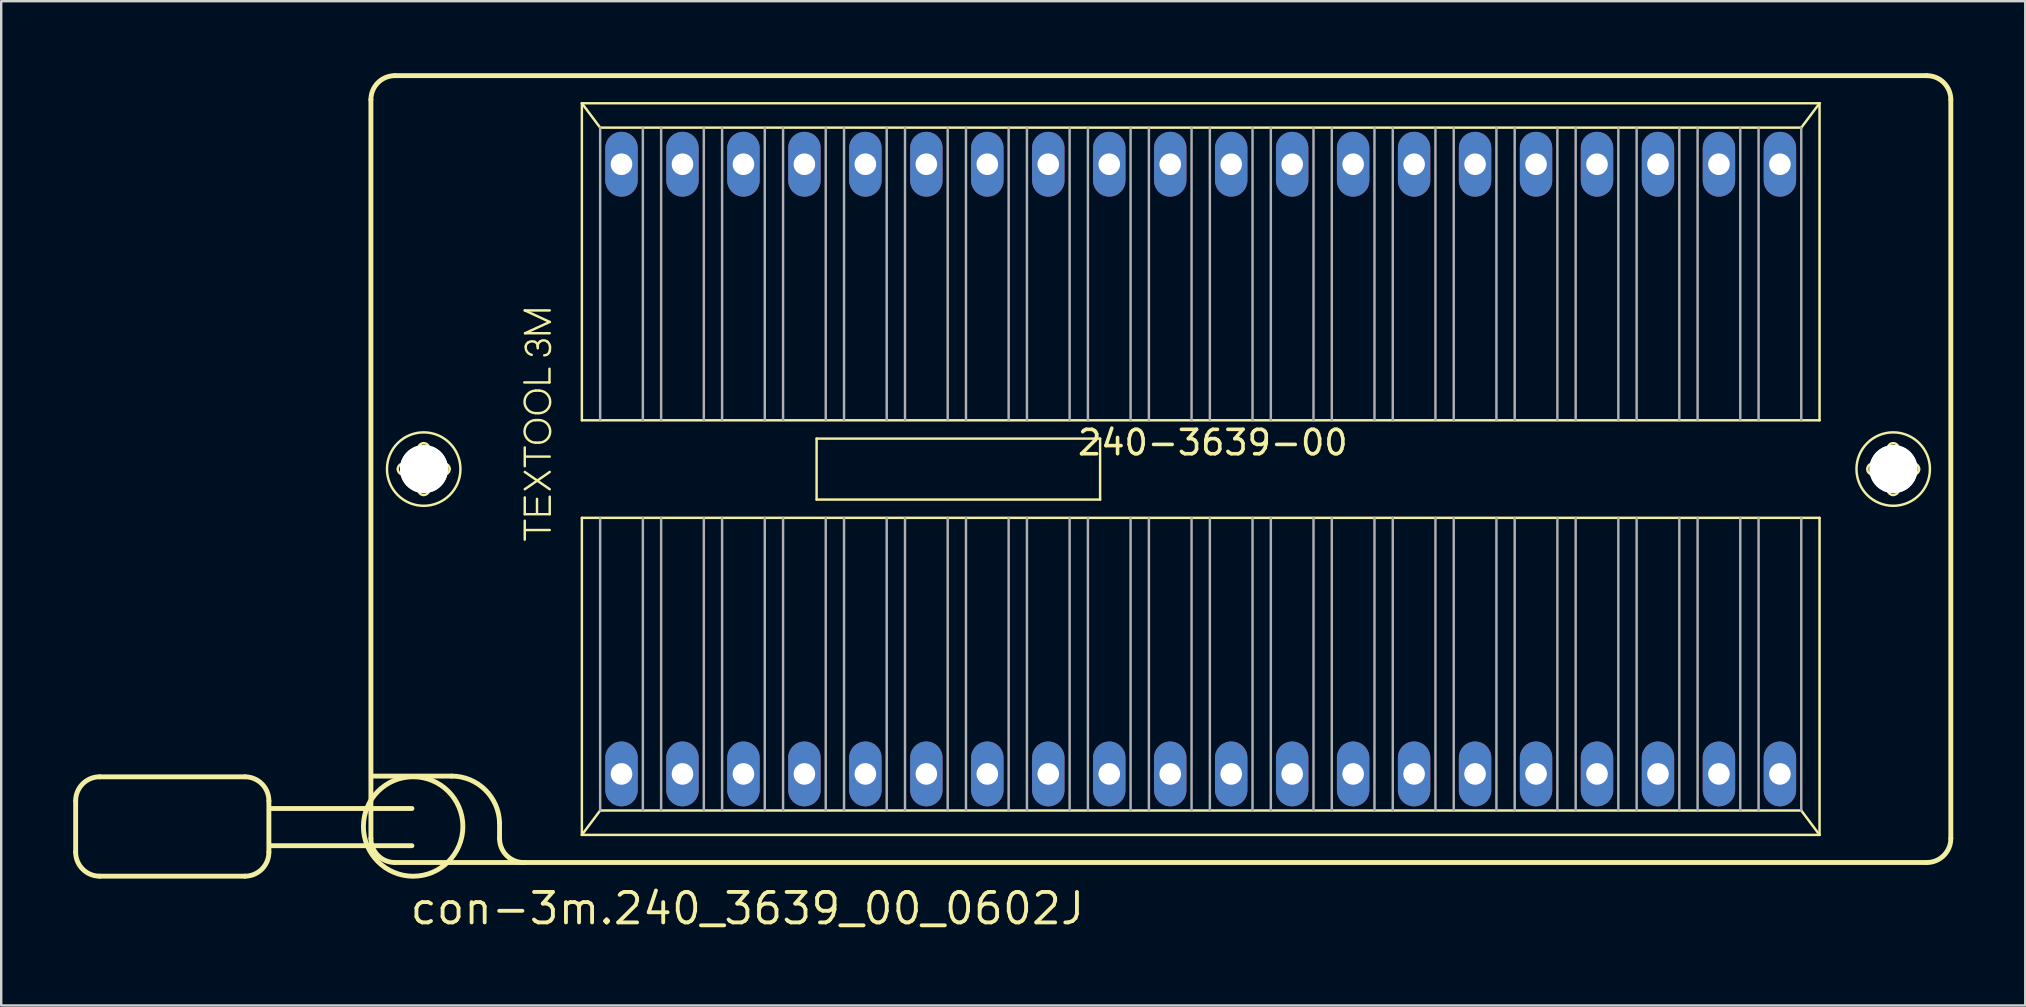
<source format=kicad_pcb>
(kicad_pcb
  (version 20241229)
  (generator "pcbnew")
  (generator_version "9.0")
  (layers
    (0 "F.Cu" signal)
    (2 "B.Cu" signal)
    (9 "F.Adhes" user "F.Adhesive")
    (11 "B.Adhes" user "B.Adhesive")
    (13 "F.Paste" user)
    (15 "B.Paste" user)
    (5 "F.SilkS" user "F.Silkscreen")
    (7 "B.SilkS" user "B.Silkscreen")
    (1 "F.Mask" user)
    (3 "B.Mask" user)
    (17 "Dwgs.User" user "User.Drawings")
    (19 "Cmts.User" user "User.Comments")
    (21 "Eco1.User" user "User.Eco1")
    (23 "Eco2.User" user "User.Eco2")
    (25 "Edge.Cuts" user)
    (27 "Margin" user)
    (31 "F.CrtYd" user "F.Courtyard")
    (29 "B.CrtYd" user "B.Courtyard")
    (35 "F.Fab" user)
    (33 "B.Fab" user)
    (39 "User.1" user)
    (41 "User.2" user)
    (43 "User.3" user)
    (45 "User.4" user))
  (footprint "con-3m.240_3639_00_0602J"
    (layer "F.Cu")
    (at 46.972 16.492)
    (property "Reference" "con-3m.240_3639_00_0602J" (at -33.02 19.05 0) (layer "F.SilkS") (effects (font (size 1.27 1.27) (thickness 0.16)) (justify left bottom)))
    (attr through_hole)
    (fp_line (start -46.87 13.82) (end -46.87 15.96) (stroke (width 0.203) (type default)) (layer "F.SilkS"))
    (fp_line (start -45.87 12.82) (end -39.82 12.82) (stroke (width 0.203) (type default)) (layer "F.SilkS"))
    (fp_line (start -39.82 16.96) (end -45.87 16.96) (stroke (width 0.203) (type default)) (layer "F.SilkS"))
    (fp_line (start -38.82 13.82) (end -38.82 15.96) (stroke (width 0.203) (type default)) (layer "F.SilkS"))
    (fp_line (start -34.57 15.39) (end -34.57 -15.39) (stroke (width 0.203) (type default)) (layer "F.SilkS"))
    (fp_line (start -34.46 12.79) (end -31.21 12.79) (stroke (width 0.203) (type default)) (layer "F.SilkS"))
    (fp_line (start -33.57 -16.39) (end 30.25 -16.39) (stroke (width 0.203) (type default)) (layer "F.SilkS"))
    (fp_line (start -33.22 -0.23) (end -32.67 -0.23) (stroke (width 0.102) (type default)) (layer "F.SilkS"))
    (fp_line (start -32.86 14.14) (end -38.77 14.14) (stroke (width 0.203) (type default)) (layer "F.SilkS"))
    (fp_line (start -32.86 15.69) (end -38.77 15.69) (stroke (width 0.203) (type default)) (layer "F.SilkS"))
    (fp_line (start -32.68 0.23) (end -33.22 0.23) (stroke (width 0.102) (type default)) (layer "F.SilkS"))
    (fp_line (start -32.6 -0.31) (end -32.6 -0.85) (stroke (width 0.102) (type default)) (layer "F.SilkS"))
    (fp_line (start -32.6 0.85) (end -32.6 0.3) (stroke (width 0.102) (type default)) (layer "F.SilkS"))
    (fp_line (start -32.14 -0.85) (end -32.14 -0.3) (stroke (width 0.102) (type default)) (layer "F.SilkS"))
    (fp_line (start -32.14 0.31) (end -32.14 0.85) (stroke (width 0.102) (type default)) (layer "F.SilkS"))
    (fp_line (start -32.06 -0.23) (end -31.52 -0.23) (stroke (width 0.102) (type default)) (layer "F.SilkS"))
    (fp_line (start -31.52 0.23) (end -32.07 0.23) (stroke (width 0.102) (type default)) (layer "F.SilkS"))
    (fp_line (start -29.21 14.74) (end -29.21 15.39) (stroke (width 0.203) (type default)) (layer "F.SilkS"))
    (fp_line (start -28.18 -3.61) (end -27.13 -3.61) (stroke (width 0.102) (type default)) (layer "F.SilkS"))
    (fp_line (start -28.16 -6.61) (end -27.12 -6.61) (stroke (width 0.102) (type default)) (layer "F.SilkS"))
    (fp_line (start -28.16 -0.12) (end -28.16 -0.9) (stroke (width 0.102) (type default)) (layer "F.SilkS"))
    (fp_line (start -28.16 0.12) (end -27.12 0.84) (stroke (width 0.102) (type default)) (layer "F.SilkS"))
    (fp_line (start -28.16 0.84) (end -27.12 0.12) (stroke (width 0.102) (type default)) (layer "F.SilkS"))
    (fp_line (start -28.16 1.18) (end -28.16 1.88) (stroke (width 0.102) (type default)) (layer "F.SilkS"))
    (fp_line (start -28.16 1.88) (end -27.12 1.88) (stroke (width 0.102) (type default)) (layer "F.SilkS"))
    (fp_line (start -28.16 2.94) (end -28.16 2.15) (stroke (width 0.102) (type default)) (layer "F.SilkS"))
    (fp_line (start -28.15 -5.66) (end -27.12 -6.13) (stroke (width 0.102) (type default)) (layer "F.SilkS"))
    (fp_line (start -28.15 2.54) (end -27.12 2.54) (stroke (width 0.102) (type default)) (layer "F.SilkS"))
    (fp_line (start -28.14 -0.52) (end -27.12 -0.52) (stroke (width 0.102) (type default)) (layer "F.SilkS"))
    (fp_line (start -27.7 -3.27) (end -27.57 -3.27) (stroke (width 0.102) (type default)) (layer "F.SilkS"))
    (fp_line (start -27.7 -2.33) (end -27.57 -2.33) (stroke (width 0.102) (type default)) (layer "F.SilkS"))
    (fp_line (start -27.7 -2.04) (end -27.57 -2.04) (stroke (width 0.102) (type default)) (layer "F.SilkS"))
    (fp_line (start -27.7 -1.1) (end -27.57 -1.1) (stroke (width 0.102) (type default)) (layer "F.SilkS"))
    (fp_line (start -27.65 1.24) (end -27.65 1.84) (stroke (width 0.102) (type default)) (layer "F.SilkS"))
    (fp_line (start -27.62 -5.03) (end -27.62 -5.12) (stroke (width 0.102) (type default)) (layer "F.SilkS"))
    (fp_line (start -27.13 -3.61) (end -27.13 -4.18) (stroke (width 0.102) (type default)) (layer "F.SilkS"))
    (fp_line (start -27.12 -6.13) (end -28.16 -6.61) (stroke (width 0.102) (type default)) (layer "F.SilkS"))
    (fp_line (start -27.12 -5.66) (end -28.15 -5.66) (stroke (width 0.102) (type default)) (layer "F.SilkS"))
    (fp_line (start -27.12 1.88) (end -27.12 1.15) (stroke (width 0.102) (type default)) (layer "F.SilkS"))
    (fp_line (start -25.781 -15.24) (end 25.781 -15.24) (stroke (width 0.102) (type default)) (layer "F.SilkS"))
    (fp_line (start -25.781 -2.032) (end -25.781 -15.24) (stroke (width 0.102) (type default)) (layer "F.SilkS"))
    (fp_line (start -25.781 2.032) (end 25.781 2.032) (stroke (width 0.102) (type default)) (layer "F.SilkS"))
    (fp_line (start -25.781 15.24) (end -25.781 2.032) (stroke (width 0.102) (type default)) (layer "F.SilkS"))
    (fp_line (start -25.781 15.24) (end -25.019 14.224) (stroke (width 0.102) (type default)) (layer "F.SilkS"))
    (fp_line (start -25.019 -14.224) (end -25.781 -15.24) (stroke (width 0.102) (type default)) (layer "F.SilkS"))
    (fp_line (start -25.019 14.224) (end 25.019 14.224) (stroke (width 0.102) (type default)) (layer "F.SilkS"))
    (fp_line (start -16.002 -1.27) (end -4.191 -1.27) (stroke (width 0.102) (type default)) (layer "F.SilkS"))
    (fp_line (start -16.002 1.27) (end -16.002 -1.27) (stroke (width 0.102) (type default)) (layer "F.SilkS"))
    (fp_line (start -4.191 -1.27) (end -4.191 1.27) (stroke (width 0.102) (type default)) (layer "F.SilkS"))
    (fp_line (start -4.191 1.27) (end -16.002 1.27) (stroke (width 0.102) (type default)) (layer "F.SilkS"))
    (fp_line (start 25.019 -14.224) (end -25.019 -14.224) (stroke (width 0.102) (type default)) (layer "F.SilkS"))
    (fp_line (start 25.019 14.224) (end 25.781 15.24) (stroke (width 0.102) (type default)) (layer "F.SilkS"))
    (fp_line (start 25.781 -15.24) (end 25.019 -14.224) (stroke (width 0.102) (type default)) (layer "F.SilkS"))
    (fp_line (start 25.781 -15.24) (end 25.781 -2.032) (stroke (width 0.102) (type default)) (layer "F.SilkS"))
    (fp_line (start 25.781 -2.032) (end -25.781 -2.032) (stroke (width 0.102) (type default)) (layer "F.SilkS"))
    (fp_line (start 25.781 2.032) (end 25.781 15.24) (stroke (width 0.102) (type default)) (layer "F.SilkS"))
    (fp_line (start 25.781 15.24) (end -25.781 15.24) (stroke (width 0.102) (type default)) (layer "F.SilkS"))
    (fp_line (start 28 -0.23) (end 28.55 -0.23) (stroke (width 0.102) (type default)) (layer "F.SilkS"))
    (fp_line (start 28.54 0.23) (end 28 0.23) (stroke (width 0.102) (type default)) (layer "F.SilkS"))
    (fp_line (start 28.62 -0.31) (end 28.62 -0.85) (stroke (width 0.102) (type default)) (layer "F.SilkS"))
    (fp_line (start 28.62 0.85) (end 28.62 0.3) (stroke (width 0.102) (type default)) (layer "F.SilkS"))
    (fp_line (start 29.08 -0.85) (end 29.08 -0.3) (stroke (width 0.102) (type default)) (layer "F.SilkS"))
    (fp_line (start 29.08 0.31) (end 29.08 0.85) (stroke (width 0.102) (type default)) (layer "F.SilkS"))
    (fp_line (start 29.16 -0.23) (end 29.7 -0.23) (stroke (width 0.102) (type default)) (layer "F.SilkS"))
    (fp_line (start 29.7 0.23) (end 29.15 0.23) (stroke (width 0.102) (type default)) (layer "F.SilkS"))
    (fp_line (start 30.25 16.39) (end -33.57 16.39) (stroke (width 0.203) (type default)) (layer "F.SilkS"))
    (fp_line (start 31.25 -15.39) (end 31.25 15.39) (stroke (width 0.203) (type default)) (layer "F.SilkS"))
    (fp_arc (start -46.87 13.82) (mid -46.577107 13.112893) (end -45.87 12.82) (stroke (width 0.2032) (type default)) (layer "F.SilkS"))
    (fp_arc (start -45.87 16.96) (mid -46.577107 16.667107) (end -46.87 15.96) (stroke (width 0.2032) (type default)) (layer "F.SilkS"))
    (fp_arc (start -39.82 12.82) (mid -39.112893 13.112893) (end -38.82 13.82) (stroke (width 0.2032) (type default)) (layer "F.SilkS"))
    (fp_arc (start -38.82 15.96) (mid -39.112893 16.667107) (end -39.82 16.96) (stroke (width 0.2032) (type default)) (layer "F.SilkS"))
    (fp_arc (start -34.57 -15.39) (mid -34.277107 -16.097107) (end -33.57 -16.39) (stroke (width 0.2032) (type default)) (layer "F.SilkS"))
    (fp_arc (start -33.57 16.39) (mid -34.277107 16.097107) (end -34.57 15.39) (stroke (width 0.2032) (type default)) (layer "F.SilkS"))
    (fp_arc (start -33.45 0) (mid -33.382635 -0.162635) (end -33.22 -0.23) (stroke (width 0.1016) (type default)) (layer "F.SilkS"))
    (fp_arc (start -33.22 0.23) (mid -33.382635 0.162635) (end -33.45 0) (stroke (width 0.1016) (type default)) (layer "F.SilkS"))
    (fp_arc (start -32.68 0.23) (mid -32.630503 0.250503) (end -32.61 0.3) (stroke (width 0.1016) (type default)) (layer "F.SilkS"))
    (fp_arc (start -32.6 -0.85) (mid -32.532635 -1.012635) (end -32.37 -1.08) (stroke (width 0.1016) (type default)) (layer "F.SilkS"))
    (fp_arc (start -32.6 -0.3) (mid -32.620503 -0.250503) (end -32.67 -0.23) (stroke (width 0.1016) (type default)) (layer "F.SilkS"))
    (fp_arc (start -32.37 -1.08) (mid -32.207365 -1.012635) (end -32.14 -0.85) (stroke (width 0.1016) (type default)) (layer "F.SilkS"))
    (fp_arc (start -32.37 1.08) (mid -32.532635 1.012635) (end -32.6 0.85) (stroke (width 0.1016) (type default)) (layer "F.SilkS"))
    (fp_arc (start -32.14 0.3) (mid -32.119497 0.250503) (end -32.07 0.23) (stroke (width 0.1016) (type default)) (layer "F.SilkS"))
    (fp_arc (start -32.14 0.85) (mid -32.207365 1.012635) (end -32.37 1.08) (stroke (width 0.1016) (type default)) (layer "F.SilkS"))
    (fp_arc (start -32.07 -0.23) (mid -32.119497 -0.250503) (end -32.14 -0.3) (stroke (width 0.1016) (type default)) (layer "F.SilkS"))
    (fp_arc (start -31.52 -0.23) (mid -31.357365 -0.162635) (end -31.29 0) (stroke (width 0.1016) (type default)) (layer "F.SilkS"))
    (fp_arc (start -31.29 0) (mid -31.357365 0.162635) (end -31.52 0.23) (stroke (width 0.1016) (type default)) (layer "F.SilkS"))
    (fp_arc (start -31.21 12.79) (mid -29.813341 13.35817) (end -29.21 14.74) (stroke (width 0.2032) (type default)) (layer "F.SilkS"))
    (fp_arc (start -28.16 16.39) (mid -28.899286 16.115) (end -29.21 15.39) (stroke (width 0.2032) (type default)) (layer "F.SilkS"))
    (fp_arc (start -28.12 -5.11) (mid -28.084621 -5.207696) (end -28.01 -5.28) (stroke (width 0.1016) (type default)) (layer "F.SilkS"))
    (fp_arc (start -28.01 -5.28) (mid -27.877382 -5.322157) (end -27.74 -5.3) (stroke (width 0.1016) (type default)) (layer "F.SilkS"))
    (fp_arc (start -27.87 -4.76) (mid -28.06297 -4.88645) (end -28.12 -5.11) (stroke (width 0.1016) (type default)) (layer "F.SilkS"))
    (fp_arc (start -27.74 -5.3) (mid -27.65275 -5.228167) (end -27.62 -5.12) (stroke (width 0.1016) (type default)) (layer "F.SilkS"))
    (fp_arc (start -27.7 -2.33) (mid -28.17 -2.8) (end -27.7 -3.27) (stroke (width 0.1016) (type default)) (layer "F.SilkS"))
    (fp_arc (start -27.7 -1.1) (mid -28.17 -1.57) (end -27.7 -2.04) (stroke (width 0.1016) (type default)) (layer "F.SilkS"))
    (fp_arc (start -27.62 -5.12) (mid -27.587891 -5.240938) (end -27.5 -5.33) (stroke (width 0.1016) (type default)) (layer "F.SilkS"))
    (fp_arc (start -27.57 -3.27) (mid -27.1 -2.8) (end -27.57 -2.33) (stroke (width 0.1016) (type default)) (layer "F.SilkS"))
    (fp_arc (start -27.57 -2.04) (mid -27.1 -1.57) (end -27.57 -1.1) (stroke (width 0.1016) (type default)) (layer "F.SilkS"))
    (fp_arc (start -27.5 -5.33) (mid -27.356886 -5.363595) (end -27.22 -5.31) (stroke (width 0.1016) (type default)) (layer "F.SilkS"))
    (fp_arc (start -27.22 -5.31) (mid -27.145084 -5.220954) (end -27.11 -5.11) (stroke (width 0.1016) (type default)) (layer "F.SilkS"))
    (fp_arc (start -27.12 -4.92) (mid -27.202524 -4.788503) (end -27.35 -4.74) (stroke (width 0.1016) (type default)) (layer "F.SilkS"))
    (fp_arc (start -27.11 -5.11) (mid -27.107277 -5.014594) (end -27.12 -4.92) (stroke (width 0.1016) (type default)) (layer "F.SilkS"))
    (fp_arc (start 27.77 0) (mid 27.837365 -0.162635) (end 28 -0.23) (stroke (width 0.1016) (type default)) (layer "F.SilkS"))
    (fp_arc (start 28 0.23) (mid 27.837365 0.162635) (end 27.77 0) (stroke (width 0.1016) (type default)) (layer "F.SilkS"))
    (fp_arc (start 28.54 0.23) (mid 28.589497 0.250503) (end 28.61 0.3) (stroke (width 0.1016) (type default)) (layer "F.SilkS"))
    (fp_arc (start 28.62 -0.85) (mid 28.687365 -1.012635) (end 28.85 -1.08) (stroke (width 0.1016) (type default)) (layer "F.SilkS"))
    (fp_arc (start 28.62 -0.3) (mid 28.599497 -0.250503) (end 28.55 -0.23) (stroke (width 0.1016) (type default)) (layer "F.SilkS"))
    (fp_arc (start 28.85 -1.08) (mid 29.012635 -1.012635) (end 29.08 -0.85) (stroke (width 0.1016) (type default)) (layer "F.SilkS"))
    (fp_arc (start 28.85 1.08) (mid 28.687365 1.012635) (end 28.62 0.85) (stroke (width 0.1016) (type default)) (layer "F.SilkS"))
    (fp_arc (start 29.08 0.3) (mid 29.100503 0.250503) (end 29.15 0.23) (stroke (width 0.1016) (type default)) (layer "F.SilkS"))
    (fp_arc (start 29.08 0.85) (mid 29.012635 1.012635) (end 28.85 1.08) (stroke (width 0.1016) (type default)) (layer "F.SilkS"))
    (fp_arc (start 29.15 -0.23) (mid 29.100503 -0.250503) (end 29.08 -0.3) (stroke (width 0.1016) (type default)) (layer "F.SilkS"))
    (fp_arc (start 29.7 -0.23) (mid 29.862635 -0.162635) (end 29.93 0) (stroke (width 0.1016) (type default)) (layer "F.SilkS"))
    (fp_arc (start 29.93 0) (mid 29.862635 0.162635) (end 29.7 0.23) (stroke (width 0.1016) (type default)) (layer "F.SilkS"))
    (fp_arc (start 30.25 -16.39) (mid 30.957107 -16.097107) (end 31.25 -15.39) (stroke (width 0.2032) (type default)) (layer "F.SilkS"))
    (fp_arc (start 31.25 15.39) (mid 30.957107 16.097107) (end 30.25 16.39) (stroke (width 0.2032) (type default)) (layer "F.SilkS"))
    (fp_circle (center -32.81 14.89) (end -30.738 14.89) (stroke (width 0.203) (type default)) (fill no) (layer "F.SilkS"))
    (fp_circle (center -32.37 0) (end -30.84 0) (stroke (width 0.102) (type default)) (fill no) (layer "F.SilkS"))
    (fp_circle (center 28.85 0) (end 30.38 0) (stroke (width 0.102) (type default)) (fill no) (layer "F.SilkS"))
    (fp_line (start -25.019 -14.224) (end -25.019 -2.032) (stroke (width 0.102) (type default)) (layer "F.Fab"))
    (fp_line (start -25.019 2.032) (end -25.019 14.224) (stroke (width 0.102) (type default)) (layer "F.Fab"))
    (fp_line (start -23.241 -2.032) (end -23.241 -14.224) (stroke (width 0.102) (type default)) (layer "F.Fab"))
    (fp_line (start -23.241 2.032) (end -23.241 14.224) (stroke (width 0.102) (type default)) (layer "F.Fab"))
    (fp_line (start -22.479 -2.032) (end -22.479 -14.224) (stroke (width 0.102) (type default)) (layer "F.Fab"))
    (fp_line (start -22.479 2.032) (end -22.479 14.224) (stroke (width 0.102) (type default)) (layer "F.Fab"))
    (fp_line (start -20.701 -2.032) (end -20.701 -14.224) (stroke (width 0.102) (type default)) (layer "F.Fab"))
    (fp_line (start -20.701 2.032) (end -20.701 14.224) (stroke (width 0.102) (type default)) (layer "F.Fab"))
    (fp_line (start -19.939 -2.032) (end -19.939 -14.224) (stroke (width 0.102) (type default)) (layer "F.Fab"))
    (fp_line (start -19.939 2.032) (end -19.939 14.224) (stroke (width 0.102) (type default)) (layer "F.Fab"))
    (fp_line (start -18.161 -2.032) (end -18.161 -14.224) (stroke (width 0.102) (type default)) (layer "F.Fab"))
    (fp_line (start -18.161 2.032) (end -18.161 14.224) (stroke (width 0.102) (type default)) (layer "F.Fab"))
    (fp_line (start -17.399 -2.032) (end -17.399 -14.224) (stroke (width 0.102) (type default)) (layer "F.Fab"))
    (fp_line (start -17.399 2.032) (end -17.399 14.224) (stroke (width 0.102) (type default)) (layer "F.Fab"))
    (fp_line (start -15.621 -2.032) (end -15.621 -14.224) (stroke (width 0.102) (type default)) (layer "F.Fab"))
    (fp_line (start -15.621 2.032) (end -15.621 14.224) (stroke (width 0.102) (type default)) (layer "F.Fab"))
    (fp_line (start -14.859 -2.032) (end -14.859 -14.224) (stroke (width 0.102) (type default)) (layer "F.Fab"))
    (fp_line (start -14.859 2.032) (end -14.859 14.224) (stroke (width 0.102) (type default)) (layer "F.Fab"))
    (fp_line (start -13.081 -2.032) (end -13.081 -14.224) (stroke (width 0.102) (type default)) (layer "F.Fab"))
    (fp_line (start -13.081 2.032) (end -13.081 14.224) (stroke (width 0.102) (type default)) (layer "F.Fab"))
    (fp_line (start -12.319 -2.032) (end -12.319 -14.224) (stroke (width 0.102) (type default)) (layer "F.Fab"))
    (fp_line (start -12.319 2.032) (end -12.319 14.224) (stroke (width 0.102) (type default)) (layer "F.Fab"))
    (fp_line (start -10.541 -2.032) (end -10.541 -14.224) (stroke (width 0.102) (type default)) (layer "F.Fab"))
    (fp_line (start -10.541 2.032) (end -10.541 14.224) (stroke (width 0.102) (type default)) (layer "F.Fab"))
    (fp_line (start -9.779 -2.032) (end -9.779 -14.224) (stroke (width 0.102) (type default)) (layer "F.Fab"))
    (fp_line (start -9.779 2.032) (end -9.779 14.224) (stroke (width 0.102) (type default)) (layer "F.Fab"))
    (fp_line (start -8.001 -2.032) (end -8.001 -14.224) (stroke (width 0.102) (type default)) (layer "F.Fab"))
    (fp_line (start -8.001 2.032) (end -8.001 14.224) (stroke (width 0.102) (type default)) (layer "F.Fab"))
    (fp_line (start -7.239 -2.032) (end -7.239 -14.224) (stroke (width 0.102) (type default)) (layer "F.Fab"))
    (fp_line (start -7.239 2.032) (end -7.239 14.224) (stroke (width 0.102) (type default)) (layer "F.Fab"))
    (fp_line (start -5.461 -2.032) (end -5.461 -14.224) (stroke (width 0.102) (type default)) (layer "F.Fab"))
    (fp_line (start -5.461 2.032) (end -5.461 14.224) (stroke (width 0.102) (type default)) (layer "F.Fab"))
    (fp_line (start -4.699 -2.032) (end -4.699 -14.224) (stroke (width 0.102) (type default)) (layer "F.Fab"))
    (fp_line (start -4.699 2.032) (end -4.699 14.224) (stroke (width 0.102) (type default)) (layer "F.Fab"))
    (fp_line (start -2.921 -2.032) (end -2.921 -14.224) (stroke (width 0.102) (type default)) (layer "F.Fab"))
    (fp_line (start -2.921 2.032) (end -2.921 14.224) (stroke (width 0.102) (type default)) (layer "F.Fab"))
    (fp_line (start -2.159 -2.032) (end -2.159 -14.224) (stroke (width 0.102) (type default)) (layer "F.Fab"))
    (fp_line (start -2.159 2.032) (end -2.159 14.224) (stroke (width 0.102) (type default)) (layer "F.Fab"))
    (fp_line (start -0.381 -2.032) (end -0.381 -14.224) (stroke (width 0.102) (type default)) (layer "F.Fab"))
    (fp_line (start -0.381 2.032) (end -0.381 14.224) (stroke (width 0.102) (type default)) (layer "F.Fab"))
    (fp_line (start 0.381 -2.032) (end 0.381 -14.224) (stroke (width 0.102) (type default)) (layer "F.Fab"))
    (fp_line (start 0.381 2.032) (end 0.381 14.224) (stroke (width 0.102) (type default)) (layer "F.Fab"))
    (fp_line (start 2.159 -2.032) (end 2.159 -14.224) (stroke (width 0.102) (type default)) (layer "F.Fab"))
    (fp_line (start 2.159 2.032) (end 2.159 14.224) (stroke (width 0.102) (type default)) (layer "F.Fab"))
    (fp_line (start 2.921 -2.032) (end 2.921 -14.224) (stroke (width 0.102) (type default)) (layer "F.Fab"))
    (fp_line (start 2.921 2.032) (end 2.921 14.224) (stroke (width 0.102) (type default)) (layer "F.Fab"))
    (fp_line (start 4.699 -2.032) (end 4.699 -14.224) (stroke (width 0.102) (type default)) (layer "F.Fab"))
    (fp_line (start 4.699 2.032) (end 4.699 14.224) (stroke (width 0.102) (type default)) (layer "F.Fab"))
    (fp_line (start 5.461 -2.032) (end 5.461 -14.224) (stroke (width 0.102) (type default)) (layer "F.Fab"))
    (fp_line (start 5.461 2.032) (end 5.461 14.224) (stroke (width 0.102) (type default)) (layer "F.Fab"))
    (fp_line (start 7.239 -2.032) (end 7.239 -14.224) (stroke (width 0.102) (type default)) (layer "F.Fab"))
    (fp_line (start 7.239 2.032) (end 7.239 14.224) (stroke (width 0.102) (type default)) (layer "F.Fab"))
    (fp_line (start 8.001 -2.032) (end 8.001 -14.224) (stroke (width 0.102) (type default)) (layer "F.Fab"))
    (fp_line (start 8.001 2.032) (end 8.001 14.224) (stroke (width 0.102) (type default)) (layer "F.Fab"))
    (fp_line (start 9.779 -2.032) (end 9.779 -14.224) (stroke (width 0.102) (type default)) (layer "F.Fab"))
    (fp_line (start 9.779 2.032) (end 9.779 14.224) (stroke (width 0.102) (type default)) (layer "F.Fab"))
    (fp_line (start 10.541 -2.032) (end 10.541 -14.224) (stroke (width 0.102) (type default)) (layer "F.Fab"))
    (fp_line (start 10.541 2.032) (end 10.541 14.224) (stroke (width 0.102) (type default)) (layer "F.Fab"))
    (fp_line (start 12.319 -2.032) (end 12.319 -14.224) (stroke (width 0.102) (type default)) (layer "F.Fab"))
    (fp_line (start 12.319 2.032) (end 12.319 14.224) (stroke (width 0.102) (type default)) (layer "F.Fab"))
    (fp_line (start 13.081 -2.032) (end 13.081 -14.224) (stroke (width 0.102) (type default)) (layer "F.Fab"))
    (fp_line (start 13.081 2.032) (end 13.081 14.224) (stroke (width 0.102) (type default)) (layer "F.Fab"))
    (fp_line (start 14.859 -2.032) (end 14.859 -14.224) (stroke (width 0.102) (type default)) (layer "F.Fab"))
    (fp_line (start 14.859 2.032) (end 14.859 14.224) (stroke (width 0.102) (type default)) (layer "F.Fab"))
    (fp_line (start 15.621 -2.032) (end 15.621 -14.224) (stroke (width 0.102) (type default)) (layer "F.Fab"))
    (fp_line (start 15.621 2.032) (end 15.621 14.224) (stroke (width 0.102) (type default)) (layer "F.Fab"))
    (fp_line (start 17.399 -2.032) (end 17.399 -14.224) (stroke (width 0.102) (type default)) (layer "F.Fab"))
    (fp_line (start 17.399 2.032) (end 17.399 14.224) (stroke (width 0.102) (type default)) (layer "F.Fab"))
    (fp_line (start 18.161 -2.032) (end 18.161 -14.224) (stroke (width 0.102) (type default)) (layer "F.Fab"))
    (fp_line (start 18.161 2.032) (end 18.161 14.224) (stroke (width 0.102) (type default)) (layer "F.Fab"))
    (fp_line (start 19.939 -2.032) (end 19.939 -14.224) (stroke (width 0.102) (type default)) (layer "F.Fab"))
    (fp_line (start 19.939 2.032) (end 19.939 14.224) (stroke (width 0.102) (type default)) (layer "F.Fab"))
    (fp_line (start 20.701 -2.032) (end 20.701 -14.224) (stroke (width 0.102) (type default)) (layer "F.Fab"))
    (fp_line (start 20.701 2.032) (end 20.701 14.224) (stroke (width 0.102) (type default)) (layer "F.Fab"))
    (fp_line (start 22.479 -2.032) (end 22.479 -14.224) (stroke (width 0.102) (type default)) (layer "F.Fab"))
    (fp_line (start 22.479 2.032) (end 22.479 14.224) (stroke (width 0.102) (type default)) (layer "F.Fab"))
    (fp_line (start 23.241 -2.032) (end 23.241 -14.224) (stroke (width 0.102) (type default)) (layer "F.Fab"))
    (fp_line (start 23.241 2.032) (end 23.241 14.224) (stroke (width 0.102) (type default)) (layer "F.Fab"))
    (fp_line (start 25.019 -2.032) (end 25.019 -14.224) (stroke (width 0.102) (type default)) (layer "F.Fab"))
    (fp_line (start 25.019 14.224) (end 25.019 2.032) (stroke (width 0.102) (type default)) (layer "F.Fab"))
    (fp_text user "240-3639-00" (at -5.207 -0.508 180) (layer "F.SilkS") (effects (font (size 1.016 1.016) (thickness 0.15)) (justify left bottom)))
    (pad "" np_thru_hole circle (at -32.36 0) (size 2 2) (drill 2) (layers "*.Cu" "*.Mask"))
    (pad "" np_thru_hole circle (at -32.36 0) (size 2 2) (drill 2) (layers "*.Cu" "*.Mask"))
    (pad "" np_thru_hole circle (at 28.86 0) (size 2 2) (drill 2) (layers "*.Cu" "*.Mask"))
    (pad "" np_thru_hole circle (at 28.86 0) (size 2 2) (drill 2) (layers "*.Cu" "*.Mask"))
    (pad "1" thru_hole oval (at -24.13 12.7 90) (size 2.7 1.35) (drill 0.9) (layers "*.Cu" "*.Mask"))
    (pad "2" thru_hole oval (at -21.59 12.7 90) (size 2.7 1.35) (drill 0.9) (layers "*.Cu" "*.Mask"))
    (pad "3" thru_hole oval (at -19.05 12.7 90) (size 2.7 1.35) (drill 0.9) (layers "*.Cu" "*.Mask"))
    (pad "4" thru_hole oval (at -16.51 12.7 90) (size 2.7 1.35) (drill 0.9) (layers "*.Cu" "*.Mask"))
    (pad "5" thru_hole oval (at -13.97 12.7 90) (size 2.7 1.35) (drill 0.9) (layers "*.Cu" "*.Mask"))
    (pad "6" thru_hole oval (at -11.43 12.7 90) (size 2.7 1.35) (drill 0.9) (layers "*.Cu" "*.Mask"))
    (pad "7" thru_hole oval (at -8.89 12.7 90) (size 2.7 1.35) (drill 0.9) (layers "*.Cu" "*.Mask"))
    (pad "8" thru_hole oval (at -6.35 12.7 90) (size 2.7 1.35) (drill 0.9) (layers "*.Cu" "*.Mask"))
    (pad "9" thru_hole oval (at -3.81 12.7 90) (size 2.7 1.35) (drill 0.9) (layers "*.Cu" "*.Mask"))
    (pad "10" thru_hole oval (at -1.27 12.7 90) (size 2.7 1.35) (drill 0.9) (layers "*.Cu" "*.Mask"))
    (pad "11" thru_hole oval (at 1.27 12.7 90) (size 2.7 1.35) (drill 0.9) (layers "*.Cu" "*.Mask"))
    (pad "12" thru_hole oval (at 3.81 12.7 90) (size 2.7 1.35) (drill 0.9) (layers "*.Cu" "*.Mask"))
    (pad "13" thru_hole oval (at 6.35 12.7 90) (size 2.7 1.35) (drill 0.9) (layers "*.Cu" "*.Mask"))
    (pad "14" thru_hole oval (at 8.89 12.7 90) (size 2.7 1.35) (drill 0.9) (layers "*.Cu" "*.Mask"))
    (pad "15" thru_hole oval (at 11.43 12.7 90) (size 2.7 1.35) (drill 0.9) (layers "*.Cu" "*.Mask"))
    (pad "16" thru_hole oval (at 13.97 12.7 90) (size 2.7 1.35) (drill 0.9) (layers "*.Cu" "*.Mask"))
    (pad "17" thru_hole oval (at 16.51 12.7 90) (size 2.7 1.35) (drill 0.9) (layers "*.Cu" "*.Mask"))
    (pad "18" thru_hole oval (at 19.05 12.7 90) (size 2.7 1.35) (drill 0.9) (layers "*.Cu" "*.Mask"))
    (pad "19" thru_hole oval (at 21.59 12.7 90) (size 2.7 1.35) (drill 0.9) (layers "*.Cu" "*.Mask"))
    (pad "20" thru_hole oval (at 24.13 12.7 90) (size 2.7 1.35) (drill 0.9) (layers "*.Cu" "*.Mask"))
    (pad "21" thru_hole oval (at 24.13 -12.7 90) (size 2.7 1.35) (drill 0.9) (layers "*.Cu" "*.Mask"))
    (pad "22" thru_hole oval (at 21.59 -12.7 90) (size 2.7 1.35) (drill 0.9) (layers "*.Cu" "*.Mask"))
    (pad "23" thru_hole oval (at 19.05 -12.7 90) (size 2.7 1.35) (drill 0.9) (layers "*.Cu" "*.Mask"))
    (pad "24" thru_hole oval (at 16.51 -12.7 90) (size 2.7 1.35) (drill 0.9) (layers "*.Cu" "*.Mask"))
    (pad "25" thru_hole oval (at 13.97 -12.7 90) (size 2.7 1.35) (drill 0.9) (layers "*.Cu" "*.Mask"))
    (pad "26" thru_hole oval (at 11.43 -12.7 90) (size 2.7 1.35) (drill 0.9) (layers "*.Cu" "*.Mask"))
    (pad "27" thru_hole oval (at 8.89 -12.7 90) (size 2.7 1.35) (drill 0.9) (layers "*.Cu" "*.Mask"))
    (pad "28" thru_hole oval (at 6.35 -12.7 90) (size 2.7 1.35) (drill 0.9) (layers "*.Cu" "*.Mask"))
    (pad "29" thru_hole oval (at 3.81 -12.7 90) (size 2.7 1.35) (drill 0.9) (layers "*.Cu" "*.Mask"))
    (pad "30" thru_hole oval (at 1.27 -12.7 90) (size 2.7 1.35) (drill 0.9) (layers "*.Cu" "*.Mask"))
    (pad "31" thru_hole oval (at -1.27 -12.7 90) (size 2.7 1.35) (drill 0.9) (layers "*.Cu" "*.Mask"))
    (pad "32" thru_hole oval (at -3.81 -12.7 90) (size 2.7 1.35) (drill 0.9) (layers "*.Cu" "*.Mask"))
    (pad "33" thru_hole oval (at -6.35 -12.7 90) (size 2.7 1.35) (drill 0.9) (layers "*.Cu" "*.Mask"))
    (pad "34" thru_hole oval (at -8.89 -12.7 90) (size 2.7 1.35) (drill 0.9) (layers "*.Cu" "*.Mask"))
    (pad "35" thru_hole oval (at -11.43 -12.7 90) (size 2.7 1.35) (drill 0.9) (layers "*.Cu" "*.Mask"))
    (pad "36" thru_hole oval (at -13.97 -12.7 90) (size 2.7 1.35) (drill 0.9) (layers "*.Cu" "*.Mask"))
    (pad "37" thru_hole oval (at -16.51 -12.7 90) (size 2.7 1.35) (drill 0.9) (layers "*.Cu" "*.Mask"))
    (pad "38" thru_hole oval (at -19.05 -12.7 90) (size 2.7 1.35) (drill 0.9) (layers "*.Cu" "*.Mask"))
    (pad "39" thru_hole oval (at -21.59 -12.7 90) (size 2.7 1.35) (drill 0.9) (layers "*.Cu" "*.Mask"))
    (pad "40" thru_hole oval (at -24.13 -12.7 90) (size 2.7 1.35) (drill 0.9) (layers "*.Cu" "*.Mask")))
  (gr_rect
    (start -3 -3)
    (end 81.323 38.839)
    (stroke (width 0.1) (type default))
    (fill no)
    (layer "Edge.Cuts")))
</source>
